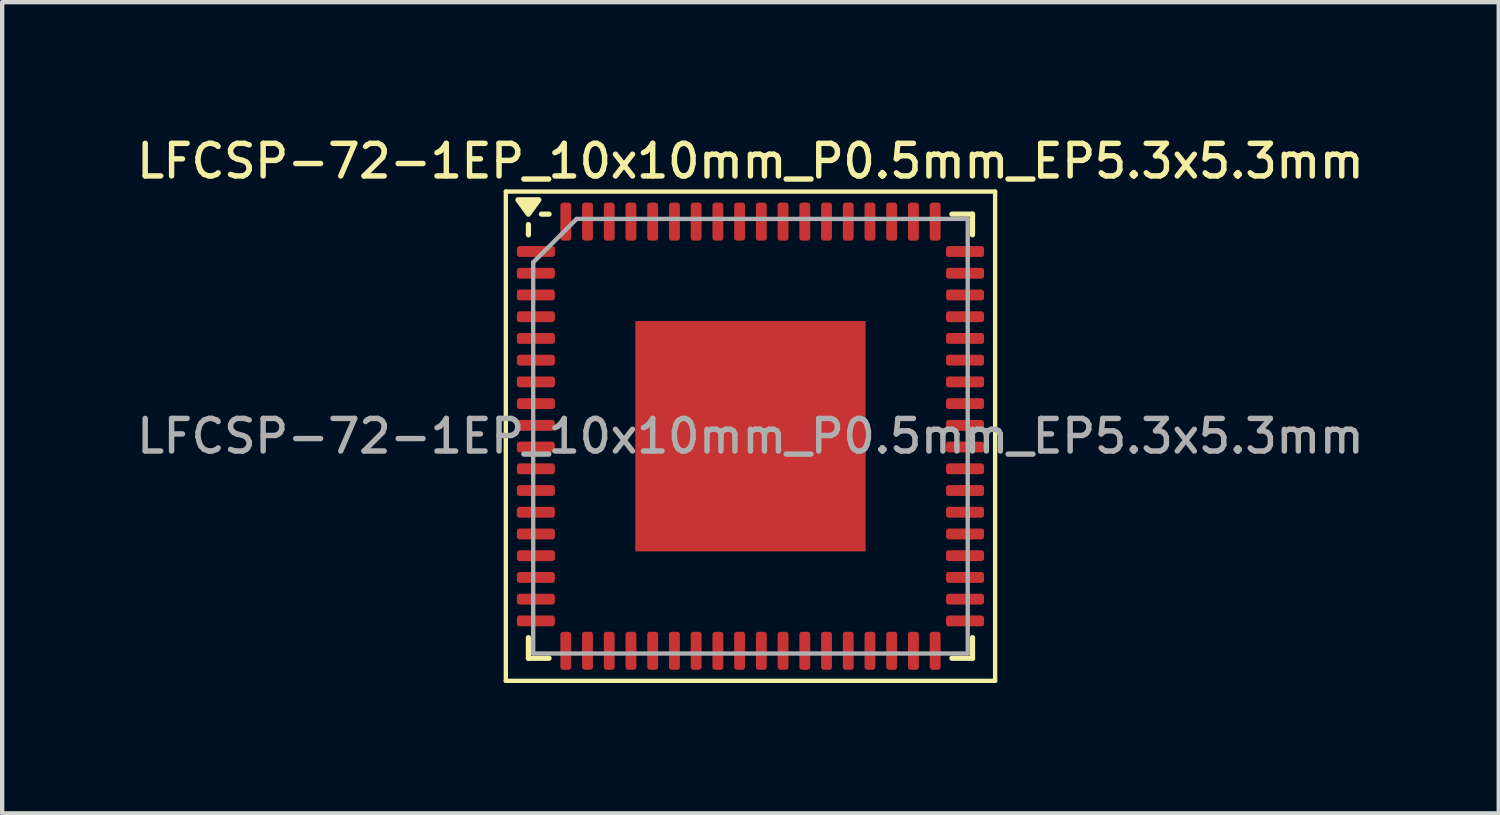
<source format=kicad_pcb>
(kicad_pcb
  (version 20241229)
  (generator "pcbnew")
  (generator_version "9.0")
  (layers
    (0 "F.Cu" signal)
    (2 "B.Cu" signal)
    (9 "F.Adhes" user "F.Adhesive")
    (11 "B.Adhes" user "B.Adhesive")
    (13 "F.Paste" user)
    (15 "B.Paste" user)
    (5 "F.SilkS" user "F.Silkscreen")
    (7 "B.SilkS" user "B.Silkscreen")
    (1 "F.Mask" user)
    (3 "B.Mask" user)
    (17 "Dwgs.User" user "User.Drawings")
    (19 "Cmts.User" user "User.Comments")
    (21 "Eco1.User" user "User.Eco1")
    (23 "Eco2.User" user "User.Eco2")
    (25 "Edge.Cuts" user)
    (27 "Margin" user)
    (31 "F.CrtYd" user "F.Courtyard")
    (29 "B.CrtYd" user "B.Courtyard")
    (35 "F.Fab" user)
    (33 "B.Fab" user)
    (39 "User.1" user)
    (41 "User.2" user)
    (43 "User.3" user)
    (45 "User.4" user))
  (footprint "LFCSP-72-1EP_10x10mm_P0.5mm_EP5.3x5.3mm"
    (layer "F.Cu")
    (at 14.22 6.988)
    (property "Reference" "LFCSP-72-1EP_10x10mm_P0.5mm_EP5.3x5.3mm" (at 0 -6.33 0) (layer "F.SilkS") (effects (font (size 0.75 0.75) (thickness 0.125))))
    (attr smd)
    (fp_line (start -5.63 -5.63) (end -5.63 5.63) (stroke (width 0.1) (type solid)) (layer "F.SilkS"))
    (fp_line (start -5.63 5.63) (end 5.63 5.63) (stroke (width 0.1) (type solid)) (layer "F.SilkS"))
    (fp_line (start -5.11 -4.635) (end -5.11 -4.87) (stroke (width 0.12) (type solid)) (layer "F.SilkS"))
    (fp_line (start -5.11 5.11) (end -5.11 4.635) (stroke (width 0.12) (type solid)) (layer "F.SilkS"))
    (fp_line (start -4.635 -5.11) (end -4.81 -5.11) (stroke (width 0.12) (type solid)) (layer "F.SilkS"))
    (fp_line (start -4.635 5.11) (end -5.11 5.11) (stroke (width 0.12) (type solid)) (layer "F.SilkS"))
    (fp_line (start 4.635 -5.11) (end 5.11 -5.11) (stroke (width 0.12) (type solid)) (layer "F.SilkS"))
    (fp_line (start 4.635 5.11) (end 5.11 5.11) (stroke (width 0.12) (type solid)) (layer "F.SilkS"))
    (fp_line (start 5.11 -5.11) (end 5.11 -4.635) (stroke (width 0.12) (type solid)) (layer "F.SilkS"))
    (fp_line (start 5.11 5.11) (end 5.11 4.635) (stroke (width 0.12) (type solid)) (layer "F.SilkS"))
    (fp_line (start 5.63 -5.63) (end -5.63 -5.63) (stroke (width 0.1) (type solid)) (layer "F.SilkS"))
    (fp_line (start 5.63 5.63) (end 5.63 -5.63) (stroke (width 0.1) (type solid)) (layer "F.SilkS"))
    (fp_poly (pts (xy -5.11 -5.11) (xy -5.35 -5.44) (xy -4.87 -5.44) (xy -5.11 -5.11)) (stroke (width 0.12) (type solid)) (fill yes) (layer "F.SilkS"))
    (fp_line (start -5 -4) (end -4 -5) (stroke (width 0.1) (type solid)) (layer "F.Fab"))
    (fp_line (start -5 5) (end -5 -4) (stroke (width 0.1) (type solid)) (layer "F.Fab"))
    (fp_line (start -4 -5) (end 5 -5) (stroke (width 0.1) (type solid)) (layer "F.Fab"))
    (fp_line (start 5 -5) (end 5 5) (stroke (width 0.1) (type solid)) (layer "F.Fab"))
    (fp_line (start 5 5) (end -5 5) (stroke (width 0.1) (type solid)) (layer "F.Fab"))
    (fp_text user "${REFERENCE}" (at 0 0 0) (layer "F.Fab") (effects (font (size 0.75 0.75) (thickness 0.125))))
    (pad "" smd roundrect (at -1.77 -1.77) (size 1.42 1.42) (layers "F.Paste") (roundrect_rratio 0.176))
    (pad "" smd roundrect (at -1.77 0) (size 1.42 1.42) (layers "F.Paste") (roundrect_rratio 0.176))
    (pad "" smd roundrect (at -1.77 1.77) (size 1.42 1.42) (layers "F.Paste") (roundrect_rratio 0.176))
    (pad "" smd roundrect (at 0 -1.77) (size 1.42 1.42) (layers "F.Paste") (roundrect_rratio 0.176))
    (pad "" smd roundrect (at 0 0) (size 1.42 1.42) (layers "F.Paste") (roundrect_rratio 0.176))
    (pad "" smd roundrect (at 0 1.77) (size 1.42 1.42) (layers "F.Paste") (roundrect_rratio 0.176))
    (pad "" smd roundrect (at 1.77 -1.77) (size 1.42 1.42) (layers "F.Paste") (roundrect_rratio 0.176))
    (pad "" smd roundrect (at 1.77 0) (size 1.42 1.42) (layers "F.Paste") (roundrect_rratio 0.176))
    (pad "" smd roundrect (at 1.77 1.77) (size 1.42 1.42) (layers "F.Paste") (roundrect_rratio 0.176))
    (pad "1" smd roundrect (at -4.938 -4.25) (size 0.875 0.25) (layers "F.Cu" "F.Mask" "F.Paste") (roundrect_rratio 0.25))
    (pad "2" smd roundrect (at -4.938 -3.75) (size 0.875 0.25) (layers "F.Cu" "F.Mask" "F.Paste") (roundrect_rratio 0.25))
    (pad "3" smd roundrect (at -4.938 -3.25) (size 0.875 0.25) (layers "F.Cu" "F.Mask" "F.Paste") (roundrect_rratio 0.25))
    (pad "4" smd roundrect (at -4.938 -2.75) (size 0.875 0.25) (layers "F.Cu" "F.Mask" "F.Paste") (roundrect_rratio 0.25))
    (pad "5" smd roundrect (at -4.938 -2.25) (size 0.875 0.25) (layers "F.Cu" "F.Mask" "F.Paste") (roundrect_rratio 0.25))
    (pad "6" smd roundrect (at -4.938 -1.75) (size 0.875 0.25) (layers "F.Cu" "F.Mask" "F.Paste") (roundrect_rratio 0.25))
    (pad "7" smd roundrect (at -4.938 -1.25) (size 0.875 0.25) (layers "F.Cu" "F.Mask" "F.Paste") (roundrect_rratio 0.25))
    (pad "8" smd roundrect (at -4.938 -0.75) (size 0.875 0.25) (layers "F.Cu" "F.Mask" "F.Paste") (roundrect_rratio 0.25))
    (pad "9" smd roundrect (at -4.938 -0.25) (size 0.875 0.25) (layers "F.Cu" "F.Mask" "F.Paste") (roundrect_rratio 0.25))
    (pad "10" smd roundrect (at -4.938 0.25) (size 0.875 0.25) (layers "F.Cu" "F.Mask" "F.Paste") (roundrect_rratio 0.25))
    (pad "11" smd roundrect (at -4.938 0.75) (size 0.875 0.25) (layers "F.Cu" "F.Mask" "F.Paste") (roundrect_rratio 0.25))
    (pad "12" smd roundrect (at -4.938 1.25) (size 0.875 0.25) (layers "F.Cu" "F.Mask" "F.Paste") (roundrect_rratio 0.25))
    (pad "13" smd roundrect (at -4.938 1.75) (size 0.875 0.25) (layers "F.Cu" "F.Mask" "F.Paste") (roundrect_rratio 0.25))
    (pad "14" smd roundrect (at -4.938 2.25) (size 0.875 0.25) (layers "F.Cu" "F.Mask" "F.Paste") (roundrect_rratio 0.25))
    (pad "15" smd roundrect (at -4.938 2.75) (size 0.875 0.25) (layers "F.Cu" "F.Mask" "F.Paste") (roundrect_rratio 0.25))
    (pad "16" smd roundrect (at -4.938 3.25) (size 0.875 0.25) (layers "F.Cu" "F.Mask" "F.Paste") (roundrect_rratio 0.25))
    (pad "17" smd roundrect (at -4.938 3.75) (size 0.875 0.25) (layers "F.Cu" "F.Mask" "F.Paste") (roundrect_rratio 0.25))
    (pad "18" smd roundrect (at -4.938 4.25) (size 0.875 0.25) (layers "F.Cu" "F.Mask" "F.Paste") (roundrect_rratio 0.25))
    (pad "19" smd roundrect (at -4.25 4.938) (size 0.25 0.875) (layers "F.Cu" "F.Mask" "F.Paste") (roundrect_rratio 0.25))
    (pad "20" smd roundrect (at -3.75 4.938) (size 0.25 0.875) (layers "F.Cu" "F.Mask" "F.Paste") (roundrect_rratio 0.25))
    (pad "21" smd roundrect (at -3.25 4.938) (size 0.25 0.875) (layers "F.Cu" "F.Mask" "F.Paste") (roundrect_rratio 0.25))
    (pad "22" smd roundrect (at -2.75 4.938) (size 0.25 0.875) (layers "F.Cu" "F.Mask" "F.Paste") (roundrect_rratio 0.25))
    (pad "23" smd roundrect (at -2.25 4.938) (size 0.25 0.875) (layers "F.Cu" "F.Mask" "F.Paste") (roundrect_rratio 0.25))
    (pad "24" smd roundrect (at -1.75 4.938) (size 0.25 0.875) (layers "F.Cu" "F.Mask" "F.Paste") (roundrect_rratio 0.25))
    (pad "25" smd roundrect (at -1.25 4.938) (size 0.25 0.875) (layers "F.Cu" "F.Mask" "F.Paste") (roundrect_rratio 0.25))
    (pad "26" smd roundrect (at -0.75 4.938) (size 0.25 0.875) (layers "F.Cu" "F.Mask" "F.Paste") (roundrect_rratio 0.25))
    (pad "27" smd roundrect (at -0.25 4.938) (size 0.25 0.875) (layers "F.Cu" "F.Mask" "F.Paste") (roundrect_rratio 0.25))
    (pad "28" smd roundrect (at 0.25 4.938) (size 0.25 0.875) (layers "F.Cu" "F.Mask" "F.Paste") (roundrect_rratio 0.25))
    (pad "29" smd roundrect (at 0.75 4.938) (size 0.25 0.875) (layers "F.Cu" "F.Mask" "F.Paste") (roundrect_rratio 0.25))
    (pad "30" smd roundrect (at 1.25 4.938) (size 0.25 0.875) (layers "F.Cu" "F.Mask" "F.Paste") (roundrect_rratio 0.25))
    (pad "31" smd roundrect (at 1.75 4.938) (size 0.25 0.875) (layers "F.Cu" "F.Mask" "F.Paste") (roundrect_rratio 0.25))
    (pad "32" smd roundrect (at 2.25 4.938) (size 0.25 0.875) (layers "F.Cu" "F.Mask" "F.Paste") (roundrect_rratio 0.25))
    (pad "33" smd roundrect (at 2.75 4.938) (size 0.25 0.875) (layers "F.Cu" "F.Mask" "F.Paste") (roundrect_rratio 0.25))
    (pad "34" smd roundrect (at 3.25 4.938) (size 0.25 0.875) (layers "F.Cu" "F.Mask" "F.Paste") (roundrect_rratio 0.25))
    (pad "35" smd roundrect (at 3.75 4.938) (size 0.25 0.875) (layers "F.Cu" "F.Mask" "F.Paste") (roundrect_rratio 0.25))
    (pad "36" smd roundrect (at 4.25 4.938) (size 0.25 0.875) (layers "F.Cu" "F.Mask" "F.Paste") (roundrect_rratio 0.25))
    (pad "37" smd roundrect (at 4.938 4.25) (size 0.875 0.25) (layers "F.Cu" "F.Mask" "F.Paste") (roundrect_rratio 0.25))
    (pad "38" smd roundrect (at 4.938 3.75) (size 0.875 0.25) (layers "F.Cu" "F.Mask" "F.Paste") (roundrect_rratio 0.25))
    (pad "39" smd roundrect (at 4.938 3.25) (size 0.875 0.25) (layers "F.Cu" "F.Mask" "F.Paste") (roundrect_rratio 0.25))
    (pad "40" smd roundrect (at 4.938 2.75) (size 0.875 0.25) (layers "F.Cu" "F.Mask" "F.Paste") (roundrect_rratio 0.25))
    (pad "41" smd roundrect (at 4.938 2.25) (size 0.875 0.25) (layers "F.Cu" "F.Mask" "F.Paste") (roundrect_rratio 0.25))
    (pad "42" smd roundrect (at 4.938 1.75) (size 0.875 0.25) (layers "F.Cu" "F.Mask" "F.Paste") (roundrect_rratio 0.25))
    (pad "43" smd roundrect (at 4.938 1.25) (size 0.875 0.25) (layers "F.Cu" "F.Mask" "F.Paste") (roundrect_rratio 0.25))
    (pad "44" smd roundrect (at 4.938 0.75) (size 0.875 0.25) (layers "F.Cu" "F.Mask" "F.Paste") (roundrect_rratio 0.25))
    (pad "45" smd roundrect (at 4.938 0.25) (size 0.875 0.25) (layers "F.Cu" "F.Mask" "F.Paste") (roundrect_rratio 0.25))
    (pad "46" smd roundrect (at 4.938 -0.25) (size 0.875 0.25) (layers "F.Cu" "F.Mask" "F.Paste") (roundrect_rratio 0.25))
    (pad "47" smd roundrect (at 4.938 -0.75) (size 0.875 0.25) (layers "F.Cu" "F.Mask" "F.Paste") (roundrect_rratio 0.25))
    (pad "48" smd roundrect (at 4.938 -1.25) (size 0.875 0.25) (layers "F.Cu" "F.Mask" "F.Paste") (roundrect_rratio 0.25))
    (pad "49" smd roundrect (at 4.938 -1.75) (size 0.875 0.25) (layers "F.Cu" "F.Mask" "F.Paste") (roundrect_rratio 0.25))
    (pad "50" smd roundrect (at 4.938 -2.25) (size 0.875 0.25) (layers "F.Cu" "F.Mask" "F.Paste") (roundrect_rratio 0.25))
    (pad "51" smd roundrect (at 4.938 -2.75) (size 0.875 0.25) (layers "F.Cu" "F.Mask" "F.Paste") (roundrect_rratio 0.25))
    (pad "52" smd roundrect (at 4.938 -3.25) (size 0.875 0.25) (layers "F.Cu" "F.Mask" "F.Paste") (roundrect_rratio 0.25))
    (pad "53" smd roundrect (at 4.938 -3.75) (size 0.875 0.25) (layers "F.Cu" "F.Mask" "F.Paste") (roundrect_rratio 0.25))
    (pad "54" smd roundrect (at 4.938 -4.25) (size 0.875 0.25) (layers "F.Cu" "F.Mask" "F.Paste") (roundrect_rratio 0.25))
    (pad "55" smd roundrect (at 4.25 -4.938) (size 0.25 0.875) (layers "F.Cu" "F.Mask" "F.Paste") (roundrect_rratio 0.25))
    (pad "56" smd roundrect (at 3.75 -4.938) (size 0.25 0.875) (layers "F.Cu" "F.Mask" "F.Paste") (roundrect_rratio 0.25))
    (pad "57" smd roundrect (at 3.25 -4.938) (size 0.25 0.875) (layers "F.Cu" "F.Mask" "F.Paste") (roundrect_rratio 0.25))
    (pad "58" smd roundrect (at 2.75 -4.938) (size 0.25 0.875) (layers "F.Cu" "F.Mask" "F.Paste") (roundrect_rratio 0.25))
    (pad "59" smd roundrect (at 2.25 -4.938) (size 0.25 0.875) (layers "F.Cu" "F.Mask" "F.Paste") (roundrect_rratio 0.25))
    (pad "60" smd roundrect (at 1.75 -4.938) (size 0.25 0.875) (layers "F.Cu" "F.Mask" "F.Paste") (roundrect_rratio 0.25))
    (pad "61" smd roundrect (at 1.25 -4.938) (size 0.25 0.875) (layers "F.Cu" "F.Mask" "F.Paste") (roundrect_rratio 0.25))
    (pad "62" smd roundrect (at 0.75 -4.938) (size 0.25 0.875) (layers "F.Cu" "F.Mask" "F.Paste") (roundrect_rratio 0.25))
    (pad "63" smd roundrect (at 0.25 -4.938) (size 0.25 0.875) (layers "F.Cu" "F.Mask" "F.Paste") (roundrect_rratio 0.25))
    (pad "64" smd roundrect (at -0.25 -4.938) (size 0.25 0.875) (layers "F.Cu" "F.Mask" "F.Paste") (roundrect_rratio 0.25))
    (pad "65" smd roundrect (at -0.75 -4.938) (size 0.25 0.875) (layers "F.Cu" "F.Mask" "F.Paste") (roundrect_rratio 0.25))
    (pad "66" smd roundrect (at -1.25 -4.938) (size 0.25 0.875) (layers "F.Cu" "F.Mask" "F.Paste") (roundrect_rratio 0.25))
    (pad "67" smd roundrect (at -1.75 -4.938) (size 0.25 0.875) (layers "F.Cu" "F.Mask" "F.Paste") (roundrect_rratio 0.25))
    (pad "68" smd roundrect (at -2.25 -4.938) (size 0.25 0.875) (layers "F.Cu" "F.Mask" "F.Paste") (roundrect_rratio 0.25))
    (pad "69" smd roundrect (at -2.75 -4.938) (size 0.25 0.875) (layers "F.Cu" "F.Mask" "F.Paste") (roundrect_rratio 0.25))
    (pad "70" smd roundrect (at -3.25 -4.938) (size 0.25 0.875) (layers "F.Cu" "F.Mask" "F.Paste") (roundrect_rratio 0.25))
    (pad "71" smd roundrect (at -3.75 -4.938) (size 0.25 0.875) (layers "F.Cu" "F.Mask" "F.Paste") (roundrect_rratio 0.25))
    (pad "72" smd roundrect (at -4.25 -4.938) (size 0.25 0.875) (layers "F.Cu" "F.Mask" "F.Paste") (roundrect_rratio 0.25))
    (pad "73" smd rect (at 0 0) (size 5.3 5.3) (property pad_prop_heatsink) (layers "F.Cu" "F.Mask")))
  (gr_rect
    (start -3 -3)
    (end 31.439 15.668)
    (stroke (width 0.1) (type default))
    (fill no)
    (layer "Edge.Cuts")))
</source>
